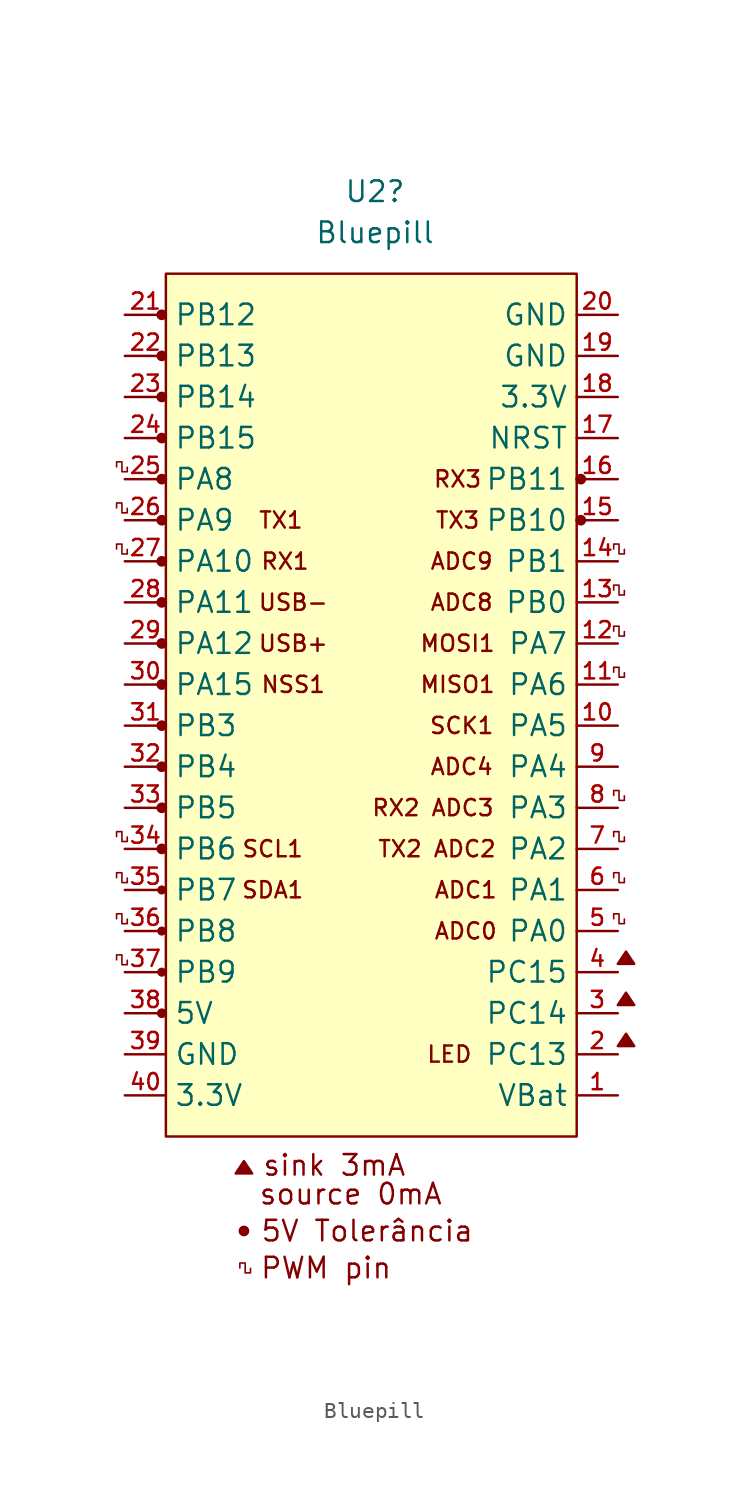
<source format=kicad_sym>
(kicad_symbol_lib
  (version 20231120)
  (generator "kicad_symbol_editor")
  (generator_version "8.0")
  (symbol "Bluepill"
    (property "Reference" "U2"
      (at 12.929 58.42 0)
      (effects (font (size 1.27 1.27))))
    (property "Value" "Bluepill"
      (at 12.929 55.88 0)
      (effects (font (size 1.27 1.27))))
    (symbol "Bluepill_0_0"
      (text "5V Tolerância" (at 12.446 -5.842 0) (effects (font (size 1.27 1.27))))
      (text "ADC0" (at 18.542 12.7 0) (effects (font (size 1 1))))
      (text "ADC1" (at 18.542 15.24 0) (effects (font (size 1 1))))
      (text "ADC4" (at 18.288 22.86 0) (effects (font (size 1 1))))
      (text "ADC8" (at 18.288 33.02 0) (effects (font (size 1 1))))
      (text "ADC9" (at 18.288 35.56 0) (effects (font (size 1 1))))
      (text "LED" (at 17.526 5.08 0) (effects (font (size 1 1))))
      (text "MISO1" (at 18.034 27.94 0) (effects (font (size 1 1))))
      (text "MOSI1" (at 18.034 30.48 0) (effects (font (size 1 1))))
      (text "NSS1" (at 7.874 27.94 0) (effects (font (size 1 1))))
      (text "PWM pin" (at 9.906 -8.128 0) (effects (font (size 1.27 1.27))))
      (text "RX1" (at 7.366 35.56 0) (effects (font (size 1 1))))
      (text "RX2 ADC3" (at 16.51 20.32 0) (effects (font (size 1 1))))
      (text "RX3" (at 18.034 40.64 0) (effects (font (size 1 1))))
      (text "SCK1" (at 18.288 25.4 0) (effects (font (size 1 1))))
      (text "SCL1" (at 6.604 17.78 0) (effects (font (size 1 1))))
      (text "SDA1" (at 6.604 15.24 0) (effects (font (size 1 1))))
      (text "sink 3mA" (at 10.414 -1.778 0) (effects (font (size 1.27 1.27))))
      (text "source 0mA" (at 11.43 -3.556 0) (effects (font (size 1.27 1.27))))
      (text "TX1" (at 7.112 38.1 0) (effects (font (size 1 1))))
      (text "TX2 ADC2" (at 16.764 17.78 0) (effects (font (size 1 1))))
      (text "TX3" (at 18.034 38.1 0) (effects (font (size 1 1))))
      (text "USB+" (at 7.874 30.48 0) (effects (font (size 1 1))))
      (text "USB-" (at 7.874 33.02 0) (effects (font (size 1 1)))))
    (symbol "Bluepill_0_1"
      (circle (center -0.254 7.62) (radius 0.254) (stroke (width 0.09) (type default)) (fill (type outline)))
      (circle (center -0.254 10.16) (radius 0.254) (stroke (width 0.05) (type default)) (fill (type outline)))
      (circle (center -0.254 12.7) (radius 0.254) (stroke (width 0.05) (type default)) (fill (type outline)))
      (circle (center -0.254 15.24) (radius 0.254) (stroke (width 0.05) (type default)) (fill (type outline)))
      (circle (center -0.254 17.78) (radius 0.254) (stroke (width 0) (type default)) (fill (type outline)))
      (circle (center -0.254 20.32) (radius 0.254) (stroke (width 0) (type default)) (fill (type outline)))
      (circle (center -0.254 22.86) (radius 0.254) (stroke (width 0) (type default)) (fill (type outline)))
      (circle (center -0.254 25.4) (radius 0.254) (stroke (width 0) (type default)) (fill (type outline)))
      (circle (center -0.254 27.94) (radius 0.254) (stroke (width 0) (type default)) (fill (type outline)))
      (circle (center -0.254 30.48) (radius 0.254) (stroke (width 0) (type default)) (fill (type outline)))
      (circle (center -0.254 33.02) (radius 0.254) (stroke (width 0) (type default)) (fill (type outline)))
      (circle (center -0.254 35.56) (radius 0.254) (stroke (width 0) (type default)) (fill (type outline)))
      (circle (center -0.254 38.1) (radius 0.254) (stroke (width 0) (type default)) (fill (type outline)))
      (circle (center -0.254 40.64) (radius 0.254) (stroke (width 0) (type default)) (fill (type outline)))
      (circle (center -0.254 43.18) (radius 0.254) (stroke (width 0) (type default)) (fill (type outline)))
      (circle (center -0.254 45.72) (radius 0.254) (stroke (width 0) (type default)) (fill (type outline)))
      (circle (center -0.254 48.26) (radius 0.254) (stroke (width 0) (type default)) (fill (type outline)))
      (circle (center -0.254 50.8) (radius 0.254) (stroke (width 0) (type default)) (fill (type outline)))
      (polyline (pts (xy 4.318 -2.286) (xy 4.826 -1.524) (xy 5.334 -2.286) (xy 4.318 -2.286) (xy 4.826 -2.032)) (stroke (width 0) (type default)) (fill (type outline)))
      (polyline (pts (xy 27.94 5.588) (xy 28.448 6.35) (xy 28.956 5.588) (xy 27.94 5.588) (xy 28.448 5.842)) (stroke (width 0) (type default)) (fill (type outline)))
      (polyline (pts (xy 27.94 8.128) (xy 28.448 8.89) (xy 28.956 8.128) (xy 27.94 8.128) (xy 28.448 8.382)) (stroke (width 0) (type default)) (fill (type outline)))
      (polyline (pts (xy 27.94 10.668) (xy 28.448 11.43) (xy 28.956 10.668) (xy 27.94 10.668) (xy 28.448 10.922)) (stroke (width 0) (type default)) (fill (type outline)))
      (polyline (pts (xy -3.048 10.922) (xy -3.048 11.227) (xy -2.718 11.227) (xy -2.718 10.617) (xy -2.388 10.617) (xy -2.388 10.897)) (stroke (width 0.1) (type default)) (fill (type none)))
      (polyline (pts (xy -3.048 13.462) (xy -3.048 13.767) (xy -2.718 13.767) (xy -2.718 13.157) (xy -2.388 13.157) (xy -2.388 13.437)) (stroke (width 0.1) (type default)) (fill (type none)))
      (polyline (pts (xy -3.048 16.002) (xy -3.048 16.307) (xy -2.718 16.307) (xy -2.718 15.697) (xy -2.388 15.697) (xy -2.388 15.977)) (stroke (width 0.1) (type default)) (fill (type none)))
      (polyline (pts (xy -3.048 18.542) (xy -3.048 18.847) (xy -2.718 18.847) (xy -2.718 18.237) (xy -2.388 18.237) (xy -2.388 18.517)) (stroke (width 0.1) (type default)) (fill (type none)))
      (polyline (pts (xy -3.048 36.322) (xy -3.048 36.627) (xy -2.718 36.627) (xy -2.718 36.017) (xy -2.388 36.017) (xy -2.388 36.297)) (stroke (width 0.1) (type default)) (fill (type none)))
      (polyline (pts (xy -3.048 38.862) (xy -3.048 39.167) (xy -2.718 39.167) (xy -2.718 38.557) (xy -2.388 38.557) (xy -2.388 38.837)) (stroke (width 0.1) (type default)) (fill (type none)))
      (polyline (pts (xy -3.048 41.402) (xy -3.048 41.707) (xy -2.718 41.707) (xy -2.718 41.097) (xy -2.388 41.097) (xy -2.388 41.377)) (stroke (width 0.1) (type default)) (fill (type none)))
      (polyline (pts (xy 4.572 -8.128) (xy 4.572 -7.823) (xy 4.902 -7.823) (xy 4.902 -8.433) (xy 5.232 -8.433) (xy 5.232 -8.153)) (stroke (width 0.1) (type default)) (fill (type none)))
      (polyline (pts (xy 27.686 13.462) (xy 27.686 13.767) (xy 28.016 13.767) (xy 28.016 13.157) (xy 28.346 13.157) (xy 28.346 13.437)) (stroke (width 0.1) (type default)) (fill (type none)))
      (polyline (pts (xy 27.686 16.002) (xy 27.686 16.307) (xy 28.016 16.307) (xy 28.016 15.697) (xy 28.346 15.697) (xy 28.346 15.977)) (stroke (width 0.1) (type default)) (fill (type none)))
      (polyline (pts (xy 27.686 18.542) (xy 27.686 18.847) (xy 28.016 18.847) (xy 28.016 18.237) (xy 28.346 18.237) (xy 28.346 18.517)) (stroke (width 0.1) (type default)) (fill (type none)))
      (polyline (pts (xy 27.686 21.082) (xy 27.686 21.387) (xy 28.016 21.387) (xy 28.016 20.777) (xy 28.346 20.777) (xy 28.346 21.057)) (stroke (width 0.1) (type default)) (fill (type none)))
      (polyline (pts (xy 27.686 28.702) (xy 27.686 29.007) (xy 28.016 29.007) (xy 28.016 28.397) (xy 28.346 28.397) (xy 28.346 28.677)) (stroke (width 0.1) (type default)) (fill (type none)))
      (polyline (pts (xy 27.686 31.242) (xy 27.686 31.547) (xy 28.016 31.547) (xy 28.016 30.937) (xy 28.346 30.937) (xy 28.346 31.217)) (stroke (width 0.1) (type default)) (fill (type none)))
      (polyline (pts (xy 27.686 33.782) (xy 27.686 34.087) (xy 28.016 34.087) (xy 28.016 33.477) (xy 28.346 33.477) (xy 28.346 33.757)) (stroke (width 0.1) (type default)) (fill (type none)))
      (polyline (pts (xy 27.686 36.322) (xy 27.686 36.627) (xy 28.016 36.627) (xy 28.016 36.017) (xy 28.346 36.017) (xy 28.346 36.297)) (stroke (width 0.1) (type default)) (fill (type none)))
      (rectangle (start 0 53.34) (end 25.4 0) (stroke (width 0) (type default)) (fill (type background)))
      (circle (center 4.826 -5.842) (radius 0.254) (stroke (width 0) (type default)) (fill (type outline)))
      (circle (center 25.654 38.1) (radius 0.254) (stroke (width 0) (type default)) (fill (type outline)))
      (circle (center 25.654 40.64) (radius 0.254) (stroke (width 0) (type default)) (fill (type outline))))
    (symbol "Bluepill_1_1"
      (pin input line (at 27.94 2.54 180) (length 2.54) (name "VBat" (effects (font (size 1.27 1.27)))) (number "1" (effects (font (size 1 1)))))
      (pin bidirectional line (at 27.94 25.4 180) (length 2.54) (name "PA5" (effects (font (size 1.27 1.27)))) (number "10" (effects (font (size 1 1)))))
      (pin bidirectional line (at 27.94 27.94 180) (length 2.54) (name "PA6" (effects (font (size 1.27 1.27)))) (number "11" (effects (font (size 1 1)))))
      (pin bidirectional line (at 27.94 30.48 180) (length 2.54) (name "PA7" (effects (font (size 1.27 1.27)))) (number "12" (effects (font (size 1 1)))))
      (pin bidirectional line (at 27.94 33.02 180) (length 2.54) (name "PB0" (effects (font (size 1.27 1.27)))) (number "13" (effects (font (size 1 1)))))
      (pin bidirectional line (at 27.94 35.56 180) (length 2.54) (name "PB1" (effects (font (size 1.27 1.27)))) (number "14" (effects (font (size 1 1)))))
      (pin bidirectional line (at 27.94 38.1 180) (length 2.54) (name "PB10" (effects (font (size 1.27 1.27)))) (number "15" (effects (font (size 1 1)))))
      (pin bidirectional line (at 27.94 40.64 180) (length 2.54) (name "PB11" (effects (font (size 1.27 1.27)))) (number "16" (effects (font (size 1 1)))))
      (pin bidirectional line (at 27.94 43.18 180) (length 2.54) (name "NRST" (effects (font (size 1.27 1.27)))) (number "17" (effects (font (size 1 1)))))
      (pin power_out line (at 27.94 45.72 180) (length 2.54) (name "3.3V" (effects (font (size 1.27 1.27)))) (number "18" (effects (font (size 1 1)))))
      (pin power_in line (at 27.94 48.26 180) (length 2.54) (name "GND" (effects (font (size 1.27 1.27)))) (number "19" (effects (font (size 1 1)))))
      (pin output line (at 27.94 5.08 180) (length 2.54) (name "PC13" (effects (font (size 1.27 1.27)))) (number "2" (effects (font (size 1 1)))))
      (pin power_in line (at 27.94 50.8 180) (length 2.54) (name "GND" (effects (font (size 1.27 1.27)))) (number "20" (effects (font (size 1 1)))))
      (pin bidirectional line (at -2.54 50.8 0) (length 2.54) (name "PB12" (effects (font (size 1.27 1.27)))) (number "21" (effects (font (size 1 1)))) (alternate "TESTE" bidirectional line))
      (pin bidirectional line (at -2.54 48.26 0) (length 2.54) (name "PB13" (effects (font (size 1.27 1.27)))) (number "22" (effects (font (size 1 1)))))
      (pin bidirectional line (at -2.54 45.72 0) (length 2.54) (name "PB14" (effects (font (size 1.27 1.27)))) (number "23" (effects (font (size 1 1)))))
      (pin bidirectional line (at -2.54 43.18 0) (length 2.54) (name "PB15" (effects (font (size 1.27 1.27)))) (number "24" (effects (font (size 1 1)))))
      (pin bidirectional line (at -2.54 40.64 0) (length 2.54) (name "PA8" (effects (font (size 1.27 1.27)))) (number "25" (effects (font (size 1 1)))))
      (pin bidirectional line (at -2.54 38.1 0) (length 2.54) (name "PA9" (effects (font (size 1.27 1.27)))) (number "26" (effects (font (size 1 1)))))
      (pin bidirectional line (at -2.54 35.56 0) (length 2.54) (name "PA10" (effects (font (size 1.27 1.27)))) (number "27" (effects (font (size 1 1)))))
      (pin bidirectional line (at -2.54 33.02 0) (length 2.54) (name "PA11" (effects (font (size 1.27 1.27)))) (number "28" (effects (font (size 1 1)))))
      (pin bidirectional line (at -2.54 30.48 0) (length 2.54) (name "PA12" (effects (font (size 1.27 1.27)))) (number "29" (effects (font (size 1 1)))))
      (pin output line (at 27.94 7.62 180) (length 2.54) (name "PC14" (effects (font (size 1.27 1.27)))) (number "3" (effects (font (size 1 1)))))
      (pin bidirectional line (at -2.54 27.94 0) (length 2.54) (name "PA15" (effects (font (size 1.27 1.27)))) (number "30" (effects (font (size 1 1)))))
      (pin bidirectional line (at -2.54 25.4 0) (length 2.54) (name "PB3" (effects (font (size 1.27 1.27)))) (number "31" (effects (font (size 1 1)))))
      (pin bidirectional line (at -2.54 22.86 0) (length 2.54) (name "PB4" (effects (font (size 1.27 1.27)))) (number "32" (effects (font (size 1 1)))))
      (pin bidirectional line (at -2.54 20.32 0) (length 2.54) (name "PB5" (effects (font (size 1.27 1.27)))) (number "33" (effects (font (size 1 1)))))
      (pin bidirectional line (at -2.54 17.78 0) (length 2.54) (name "PB6" (effects (font (size 1.27 1.27)))) (number "34" (effects (font (size 1 1)))))
      (pin bidirectional line (at -2.54 15.24 0) (length 2.54) (name "PB7" (effects (font (size 1.27 1.27)))) (number "35" (effects (font (size 1 1)))))
      (pin bidirectional line (at -2.54 12.7 0) (length 2.54) (name "PB8" (effects (font (size 1.27 1.27)))) (number "36" (effects (font (size 1 1)))))
      (pin bidirectional line (at -2.54 10.16 0) (length 2.54) (name "PB9" (effects (font (size 1.27 1.27)))) (number "37" (effects (font (size 1 1)))))
      (pin power_in line (at -2.54 7.62 0) (length 2.54) (name "5V" (effects (font (size 1.27 1.27)))) (number "38" (effects (font (size 1 1)))))
      (pin power_in line (at -2.54 5.08 0) (length 2.54) (name "GND" (effects (font (size 1.27 1.27)))) (number "39" (effects (font (size 1 1)))))
      (pin output line (at 27.94 10.16 180) (length 2.54) (name "PC15" (effects (font (size 1.27 1.27)))) (number "4" (effects (font (size 1 1)))))
      (pin power_in line (at -2.54 2.54 0) (length 2.54) (name "3.3V" (effects (font (size 1.27 1.27)))) (number "40" (effects (font (size 1 1)))))
      (pin bidirectional line (at 27.94 12.7 180) (length 2.54) (name "PA0" (effects (font (size 1.27 1.27)))) (number "5" (effects (font (size 1 1)))))
      (pin bidirectional line (at 27.94 15.24 180) (length 2.54) (name "PA1" (effects (font (size 1.27 1.27)))) (number "6" (effects (font (size 1 1)))))
      (pin bidirectional line (at 27.94 17.78 180) (length 2.54) (name "PA2" (effects (font (size 1.27 1.27)))) (number "7" (effects (font (size 1 1)))))
      (pin bidirectional line (at 27.94 20.32 180) (length 2.54) (name "PA3" (effects (font (size 1.27 1.27)))) (number "8" (effects (font (size 1 1)))))
      (pin bidirectional line (at 27.94 22.86 180) (length 2.54) (name "PA4" (effects (font (size 1.27 1.27)))) (number "9" (effects (font (size 1 1))))))))
</source>
